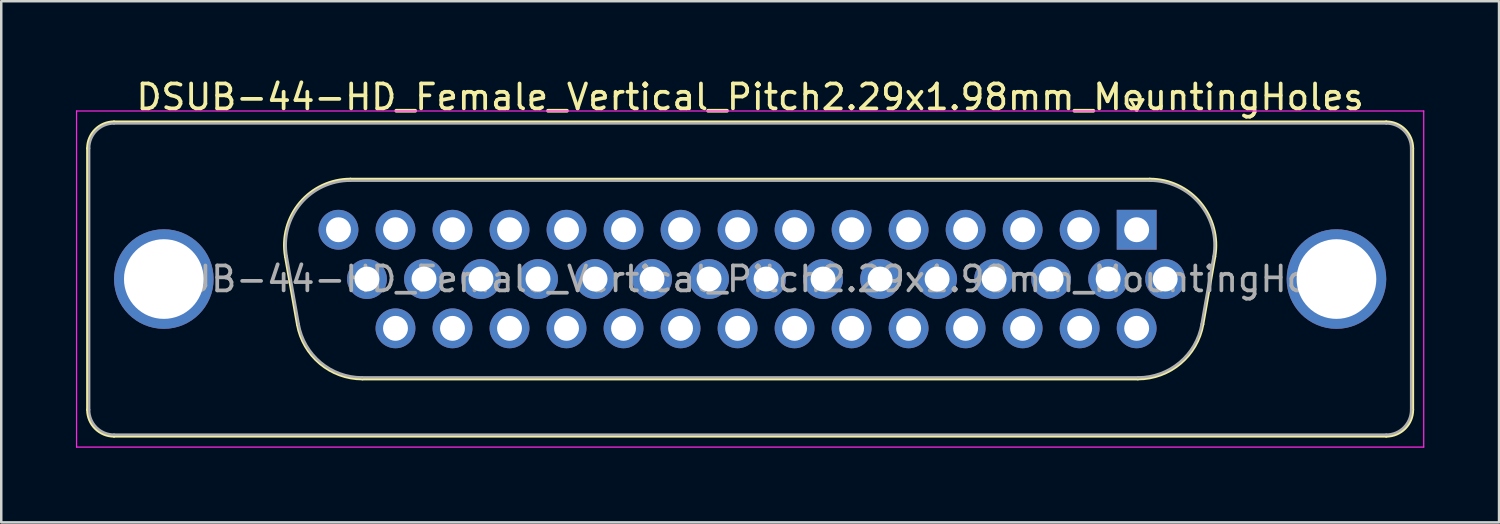
<source format=kicad_pcb>
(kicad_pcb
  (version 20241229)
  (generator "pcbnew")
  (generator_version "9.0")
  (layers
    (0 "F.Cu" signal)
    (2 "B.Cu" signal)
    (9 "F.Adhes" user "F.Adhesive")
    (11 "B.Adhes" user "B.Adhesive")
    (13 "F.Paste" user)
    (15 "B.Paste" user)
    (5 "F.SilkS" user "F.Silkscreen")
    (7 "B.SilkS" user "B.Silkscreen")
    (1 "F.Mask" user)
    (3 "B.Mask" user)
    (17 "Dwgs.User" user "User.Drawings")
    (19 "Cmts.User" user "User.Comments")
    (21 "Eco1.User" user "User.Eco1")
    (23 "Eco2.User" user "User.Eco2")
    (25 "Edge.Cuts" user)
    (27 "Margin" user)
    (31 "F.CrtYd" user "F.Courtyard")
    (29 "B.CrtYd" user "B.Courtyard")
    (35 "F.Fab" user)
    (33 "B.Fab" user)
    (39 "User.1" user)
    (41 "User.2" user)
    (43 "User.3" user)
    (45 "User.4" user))
  (footprint "DSUB-44-HD_Female_Vertical_Pitch2.29x1.98mm_MountingHoles"
    (layer "F.Cu")
    (at 42.605 6.178)
    (property "Reference" "DSUB-44-HD_Female_Vertical_Pitch2.29x1.98mm_MountingHoles" (at -15.525 -5.33 0) (layer "F.SilkS") (effects (font (size 1 1) (thickness 0.15))))
    (attr through_hole)
    (fp_line (start -42.135 7.23) (end -42.135 -3.27) (stroke (width 0.12) (type solid)) (layer "F.SilkS"))
    (fp_line (start -41.075 -4.33) (end 10.025 -4.33) (stroke (width 0.12) (type solid)) (layer "F.SilkS"))
    (fp_line (start -34.187 1.08) (end -33.707 3.8) (stroke (width 0.12) (type solid)) (layer "F.SilkS"))
    (fp_line (start -31.577 -2.03) (end 0.527 -2.03) (stroke (width 0.12) (type solid)) (layer "F.SilkS"))
    (fp_line (start -31.097 5.99) (end 0.047 5.99) (stroke (width 0.12) (type solid)) (layer "F.SilkS"))
    (fp_line (start -0.25 -5.224) (end 0.25 -5.224) (stroke (width 0.12) (type solid)) (layer "F.SilkS"))
    (fp_line (start 0 -4.791) (end -0.25 -5.224) (stroke (width 0.12) (type solid)) (layer "F.SilkS"))
    (fp_line (start 0.25 -5.224) (end 0 -4.791) (stroke (width 0.12) (type solid)) (layer "F.SilkS"))
    (fp_line (start 3.137 1.08) (end 2.657 3.8) (stroke (width 0.12) (type solid)) (layer "F.SilkS"))
    (fp_line (start 10.025 8.29) (end -41.075 8.29) (stroke (width 0.12) (type solid)) (layer "F.SilkS"))
    (fp_line (start 11.085 -3.27) (end 11.085 7.23) (stroke (width 0.12) (type solid)) (layer "F.SilkS"))
    (fp_arc (start -42.135 -3.27) (mid -41.824533 -4.019533) (end -41.075 -4.33) (stroke (width 0.12) (type solid)) (layer "F.SilkS"))
    (fp_arc (start -41.075 8.29) (mid -41.824533 7.979533) (end -42.135 7.23) (stroke (width 0.12) (type solid)) (layer "F.SilkS"))
    (fp_arc (start -34.186594 1.080168) (mid -33.606871 -1.083387) (end -31.576853 -2.03) (stroke (width 0.12) (type solid)) (layer "F.SilkS"))
    (fp_arc (start -31.097244 5.99) (mid -32.800631 5.370018) (end -33.706985 3.800168) (stroke (width 0.12) (type solid)) (layer "F.SilkS"))
    (fp_arc (start 0.526853 -2.03) (mid 2.556871 -1.083387) (end 3.136594 1.080168) (stroke (width 0.12) (type solid)) (layer "F.SilkS"))
    (fp_arc (start 2.656985 3.800168) (mid 1.750631 5.370018) (end 0.047244 5.99) (stroke (width 0.12) (type solid)) (layer "F.SilkS"))
    (fp_arc (start 10.025 -4.33) (mid 10.774533 -4.019533) (end 11.085 -3.27) (stroke (width 0.12) (type solid)) (layer "F.SilkS"))
    (fp_arc (start 11.085 7.23) (mid 10.774533 7.979533) (end 10.025 8.29) (stroke (width 0.12) (type solid)) (layer "F.SilkS"))
    (fp_line (start -42.58 -4.77) (end -42.58 8.73) (stroke (width 0.05) (type solid)) (layer "F.CrtYd"))
    (fp_line (start -42.58 8.73) (end 11.53 8.73) (stroke (width 0.05) (type solid)) (layer "F.CrtYd"))
    (fp_line (start 11.53 -4.77) (end -42.58 -4.77) (stroke (width 0.05) (type solid)) (layer "F.CrtYd"))
    (fp_line (start 11.53 8.73) (end 11.53 -4.77) (stroke (width 0.05) (type solid)) (layer "F.CrtYd"))
    (fp_line (start -42.075 7.23) (end -42.075 -3.27) (stroke (width 0.1) (type solid)) (layer "F.Fab"))
    (fp_line (start -41.075 -4.27) (end 10.025 -4.27) (stroke (width 0.1) (type solid)) (layer "F.Fab"))
    (fp_line (start -34.139 1.07) (end -33.659 3.79) (stroke (width 0.1) (type solid)) (layer "F.Fab"))
    (fp_line (start -31.588 -1.97) (end 0.538 -1.97) (stroke (width 0.1) (type solid)) (layer "F.Fab"))
    (fp_line (start -31.109 5.93) (end 0.059 5.93) (stroke (width 0.1) (type solid)) (layer "F.Fab"))
    (fp_line (start 3.089 1.07) (end 2.609 3.79) (stroke (width 0.1) (type solid)) (layer "F.Fab"))
    (fp_line (start 10.025 8.23) (end -41.075 8.23) (stroke (width 0.1) (type solid)) (layer "F.Fab"))
    (fp_line (start 11.025 -3.27) (end 11.025 7.23) (stroke (width 0.1) (type solid)) (layer "F.Fab"))
    (fp_arc (start -42.075 -3.27) (mid -41.782107 -3.977107) (end -41.075 -4.27) (stroke (width 0.1) (type solid)) (layer "F.Fab"))
    (fp_arc (start -41.075 8.23) (mid -41.782107 7.937107) (end -42.075 7.23) (stroke (width 0.1) (type solid)) (layer "F.Fab"))
    (fp_arc (start -34.13901 1.069749) (mid -33.572413 -1.04482) (end -31.588358 -1.97) (stroke (width 0.1) (type solid)) (layer "F.Fab"))
    (fp_arc (start -31.108749 5.93) (mid -32.773569 5.324055) (end -33.659401 3.789749) (stroke (width 0.1) (type solid)) (layer "F.Fab"))
    (fp_arc (start 0.538358 -1.97) (mid 2.522413 -1.04482) (end 3.08901 1.069749) (stroke (width 0.1) (type solid)) (layer "F.Fab"))
    (fp_arc (start 2.609401 3.789749) (mid 1.723569 5.324055) (end 0.058749 5.93) (stroke (width 0.1) (type solid)) (layer "F.Fab"))
    (fp_arc (start 10.025 -4.27) (mid 10.732107 -3.977107) (end 11.025 -3.27) (stroke (width 0.1) (type solid)) (layer "F.Fab"))
    (fp_arc (start 11.025 7.23) (mid 10.732107 7.937107) (end 10.025 8.23) (stroke (width 0.1) (type solid)) (layer "F.Fab"))
    (fp_text user "${REFERENCE}" (at -15.525 1.98 0) (layer "F.Fab") (effects (font (size 1 1) (thickness 0.15))))
    (pad "0" thru_hole circle (at -39.075 1.98) (size 4 4) (drill 3.2) (layers "*.Cu" "*.Mask"))
    (pad "0" thru_hole circle (at 8.025 1.98) (size 4 4) (drill 3.2) (layers "*.Cu" "*.Mask"))
    (pad "1" thru_hole rect (at 0 0) (size 1.6 1.6) (drill 1) (layers "*.Cu" "*.Mask"))
    (pad "2" thru_hole circle (at -2.29 0) (size 1.6 1.6) (drill 1) (layers "*.Cu" "*.Mask"))
    (pad "3" thru_hole circle (at -4.58 0) (size 1.6 1.6) (drill 1) (layers "*.Cu" "*.Mask"))
    (pad "4" thru_hole circle (at -6.87 0) (size 1.6 1.6) (drill 1) (layers "*.Cu" "*.Mask"))
    (pad "5" thru_hole circle (at -9.16 0) (size 1.6 1.6) (drill 1) (layers "*.Cu" "*.Mask"))
    (pad "6" thru_hole circle (at -11.45 0) (size 1.6 1.6) (drill 1) (layers "*.Cu" "*.Mask"))
    (pad "7" thru_hole circle (at -13.74 0) (size 1.6 1.6) (drill 1) (layers "*.Cu" "*.Mask"))
    (pad "8" thru_hole circle (at -16.03 0) (size 1.6 1.6) (drill 1) (layers "*.Cu" "*.Mask"))
    (pad "9" thru_hole circle (at -18.32 0) (size 1.6 1.6) (drill 1) (layers "*.Cu" "*.Mask"))
    (pad "10" thru_hole circle (at -20.61 0) (size 1.6 1.6) (drill 1) (layers "*.Cu" "*.Mask"))
    (pad "11" thru_hole circle (at -22.9 0) (size 1.6 1.6) (drill 1) (layers "*.Cu" "*.Mask"))
    (pad "12" thru_hole circle (at -25.19 0) (size 1.6 1.6) (drill 1) (layers "*.Cu" "*.Mask"))
    (pad "13" thru_hole circle (at -27.48 0) (size 1.6 1.6) (drill 1) (layers "*.Cu" "*.Mask"))
    (pad "14" thru_hole circle (at -29.77 0) (size 1.6 1.6) (drill 1) (layers "*.Cu" "*.Mask"))
    (pad "15" thru_hole circle (at -32.06 0) (size 1.6 1.6) (drill 1) (layers "*.Cu" "*.Mask"))
    (pad "16" thru_hole circle (at 1.145 1.98) (size 1.6 1.6) (drill 1) (layers "*.Cu" "*.Mask"))
    (pad "17" thru_hole circle (at -1.145 1.98) (size 1.6 1.6) (drill 1) (layers "*.Cu" "*.Mask"))
    (pad "18" thru_hole circle (at -3.435 1.98) (size 1.6 1.6) (drill 1) (layers "*.Cu" "*.Mask"))
    (pad "19" thru_hole circle (at -5.725 1.98) (size 1.6 1.6) (drill 1) (layers "*.Cu" "*.Mask"))
    (pad "20" thru_hole circle (at -8.015 1.98) (size 1.6 1.6) (drill 1) (layers "*.Cu" "*.Mask"))
    (pad "21" thru_hole circle (at -10.305 1.98) (size 1.6 1.6) (drill 1) (layers "*.Cu" "*.Mask"))
    (pad "22" thru_hole circle (at -12.595 1.98) (size 1.6 1.6) (drill 1) (layers "*.Cu" "*.Mask"))
    (pad "23" thru_hole circle (at -14.885 1.98) (size 1.6 1.6) (drill 1) (layers "*.Cu" "*.Mask"))
    (pad "24" thru_hole circle (at -17.175 1.98) (size 1.6 1.6) (drill 1) (layers "*.Cu" "*.Mask"))
    (pad "25" thru_hole circle (at -19.465 1.98) (size 1.6 1.6) (drill 1) (layers "*.Cu" "*.Mask"))
    (pad "26" thru_hole circle (at -21.755 1.98) (size 1.6 1.6) (drill 1) (layers "*.Cu" "*.Mask"))
    (pad "27" thru_hole circle (at -24.045 1.98) (size 1.6 1.6) (drill 1) (layers "*.Cu" "*.Mask"))
    (pad "28" thru_hole circle (at -26.335 1.98) (size 1.6 1.6) (drill 1) (layers "*.Cu" "*.Mask"))
    (pad "29" thru_hole circle (at -28.625 1.98) (size 1.6 1.6) (drill 1) (layers "*.Cu" "*.Mask"))
    (pad "30" thru_hole circle (at -30.915 1.98) (size 1.6 1.6) (drill 1) (layers "*.Cu" "*.Mask"))
    (pad "31" thru_hole circle (at 0 3.96) (size 1.6 1.6) (drill 1) (layers "*.Cu" "*.Mask"))
    (pad "32" thru_hole circle (at -2.29 3.96) (size 1.6 1.6) (drill 1) (layers "*.Cu" "*.Mask"))
    (pad "33" thru_hole circle (at -4.58 3.96) (size 1.6 1.6) (drill 1) (layers "*.Cu" "*.Mask"))
    (pad "34" thru_hole circle (at -6.87 3.96) (size 1.6 1.6) (drill 1) (layers "*.Cu" "*.Mask"))
    (pad "35" thru_hole circle (at -9.16 3.96) (size 1.6 1.6) (drill 1) (layers "*.Cu" "*.Mask"))
    (pad "36" thru_hole circle (at -11.45 3.96) (size 1.6 1.6) (drill 1) (layers "*.Cu" "*.Mask"))
    (pad "37" thru_hole circle (at -13.74 3.96) (size 1.6 1.6) (drill 1) (layers "*.Cu" "*.Mask"))
    (pad "38" thru_hole circle (at -16.03 3.96) (size 1.6 1.6) (drill 1) (layers "*.Cu" "*.Mask"))
    (pad "39" thru_hole circle (at -18.32 3.96) (size 1.6 1.6) (drill 1) (layers "*.Cu" "*.Mask"))
    (pad "40" thru_hole circle (at -20.61 3.96) (size 1.6 1.6) (drill 1) (layers "*.Cu" "*.Mask"))
    (pad "41" thru_hole circle (at -22.9 3.96) (size 1.6 1.6) (drill 1) (layers "*.Cu" "*.Mask"))
    (pad "42" thru_hole circle (at -25.19 3.96) (size 1.6 1.6) (drill 1) (layers "*.Cu" "*.Mask"))
    (pad "43" thru_hole circle (at -27.48 3.96) (size 1.6 1.6) (drill 1) (layers "*.Cu" "*.Mask"))
    (pad "44" thru_hole circle (at -29.77 3.96) (size 1.6 1.6) (drill 1) (layers "*.Cu" "*.Mask")))
  (gr_rect
    (start -3 -3)
    (end 57.16 17.933)
    (stroke (width 0.1) (type default))
    (fill no)
    (layer "Edge.Cuts")))
</source>
